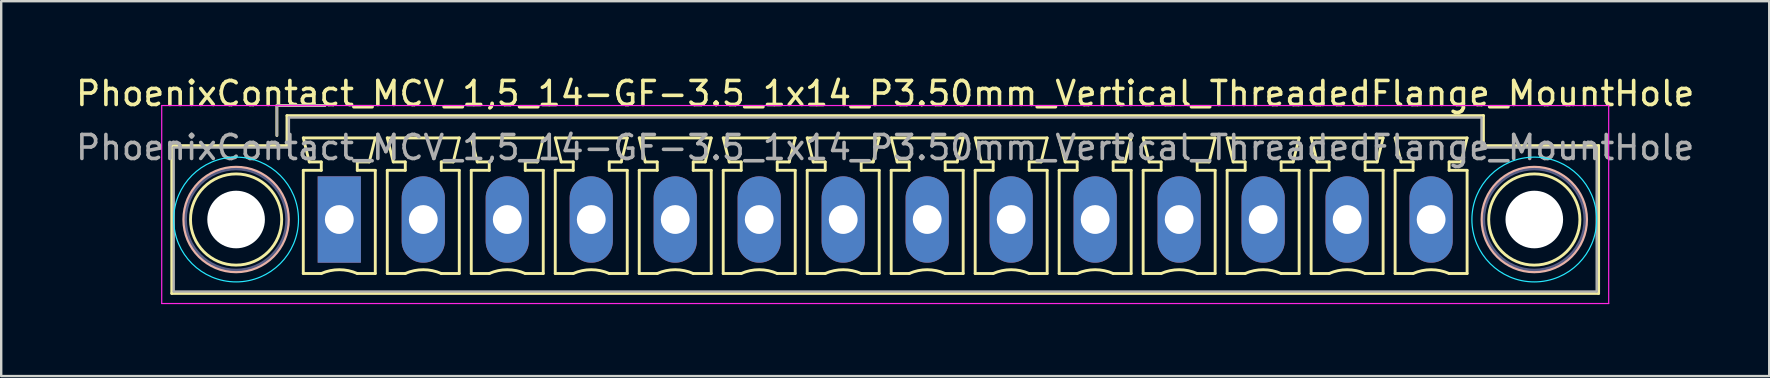
<source format=kicad_pcb>
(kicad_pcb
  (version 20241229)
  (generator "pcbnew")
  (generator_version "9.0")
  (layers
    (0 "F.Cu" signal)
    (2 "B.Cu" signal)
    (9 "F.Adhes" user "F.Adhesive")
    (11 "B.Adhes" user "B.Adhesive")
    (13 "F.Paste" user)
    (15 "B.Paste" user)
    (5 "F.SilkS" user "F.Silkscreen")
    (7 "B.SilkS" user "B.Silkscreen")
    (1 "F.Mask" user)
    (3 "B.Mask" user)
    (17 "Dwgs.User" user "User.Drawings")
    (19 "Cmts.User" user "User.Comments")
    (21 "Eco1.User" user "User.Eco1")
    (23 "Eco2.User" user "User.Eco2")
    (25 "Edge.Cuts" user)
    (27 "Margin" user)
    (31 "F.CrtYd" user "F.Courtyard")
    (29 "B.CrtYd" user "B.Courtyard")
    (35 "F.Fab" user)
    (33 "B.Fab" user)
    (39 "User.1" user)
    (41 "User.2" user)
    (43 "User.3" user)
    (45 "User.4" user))
  (footprint "PhoenixContact_MCV_1,5_14-GF-3.5_1x14_P3.50mm_Vertical_ThreadedFlange_MountHole"
    (layer "F.Cu")
    (at 11.089 6.098)
    (property "Reference" "PhoenixContact_MCV_1,5_14-GF-3.5_1x14_P3.50mm_Vertical_ThreadedFlange_MountHole" (at 22.75 -5.25 0) (layer "F.SilkS") (effects (font (size 1 1) (thickness 0.15))))
    (attr through_hole)
    (fp_line (start -6.98 -3.08) (end -6.98 3.08) (stroke (width 0.12) (type solid)) (layer "F.SilkS"))
    (fp_line (start -6.98 3.08) (end 52.48 3.08) (stroke (width 0.12) (type solid)) (layer "F.SilkS"))
    (fp_line (start -2.6 -4.75) (end -0.6 -4.75) (stroke (width 0.12) (type solid)) (layer "F.SilkS"))
    (fp_line (start -2.6 -3.5) (end -2.6 -4.75) (stroke (width 0.12) (type solid)) (layer "F.SilkS"))
    (fp_line (start -2.18 -4.33) (end -2.18 -3.08) (stroke (width 0.12) (type solid)) (layer "F.SilkS"))
    (fp_line (start -2.18 -3.08) (end -6.98 -3.08) (stroke (width 0.12) (type solid)) (layer "F.SilkS"))
    (fp_line (start -1.5 -3.4) (end 1.5 -3.4) (stroke (width 0.12) (type solid)) (layer "F.SilkS"))
    (fp_line (start -1.5 -2.05) (end -0.75 -2.05) (stroke (width 0.12) (type solid)) (layer "F.SilkS"))
    (fp_line (start -1.5 2.25) (end -1.5 -2.05) (stroke (width 0.12) (type solid)) (layer "F.SilkS"))
    (fp_line (start -1.25 -2.4) (end -1.5 -3.4) (stroke (width 0.12) (type solid)) (layer "F.SilkS"))
    (fp_line (start -0.75 -2.4) (end -1.25 -2.4) (stroke (width 0.12) (type solid)) (layer "F.SilkS"))
    (fp_line (start -0.75 -2.05) (end -0.75 -2.4) (stroke (width 0.12) (type solid)) (layer "F.SilkS"))
    (fp_line (start -0.75 2.25) (end -1.5 2.25) (stroke (width 0.12) (type solid)) (layer "F.SilkS"))
    (fp_line (start 0.75 -2.4) (end 0.75 -2.05) (stroke (width 0.12) (type solid)) (layer "F.SilkS"))
    (fp_line (start 0.75 -2.05) (end 1.5 -2.05) (stroke (width 0.12) (type solid)) (layer "F.SilkS"))
    (fp_line (start 1.25 -2.4) (end 0.75 -2.4) (stroke (width 0.12) (type solid)) (layer "F.SilkS"))
    (fp_line (start 1.5 -3.4) (end 1.25 -2.4) (stroke (width 0.12) (type solid)) (layer "F.SilkS"))
    (fp_line (start 1.5 -2.05) (end 1.5 2.25) (stroke (width 0.12) (type solid)) (layer "F.SilkS"))
    (fp_line (start 1.5 2.25) (end 0.75 2.25) (stroke (width 0.12) (type solid)) (layer "F.SilkS"))
    (fp_line (start 2 -3.4) (end 5 -3.4) (stroke (width 0.12) (type solid)) (layer "F.SilkS"))
    (fp_line (start 2 -2.05) (end 2.75 -2.05) (stroke (width 0.12) (type solid)) (layer "F.SilkS"))
    (fp_line (start 2 2.25) (end 2 -2.05) (stroke (width 0.12) (type solid)) (layer "F.SilkS"))
    (fp_line (start 2.25 -2.4) (end 2 -3.4) (stroke (width 0.12) (type solid)) (layer "F.SilkS"))
    (fp_line (start 2.75 -2.4) (end 2.25 -2.4) (stroke (width 0.12) (type solid)) (layer "F.SilkS"))
    (fp_line (start 2.75 -2.05) (end 2.75 -2.4) (stroke (width 0.12) (type solid)) (layer "F.SilkS"))
    (fp_line (start 2.75 2.25) (end 2 2.25) (stroke (width 0.12) (type solid)) (layer "F.SilkS"))
    (fp_line (start 4.25 -2.4) (end 4.25 -2.05) (stroke (width 0.12) (type solid)) (layer "F.SilkS"))
    (fp_line (start 4.25 -2.05) (end 5 -2.05) (stroke (width 0.12) (type solid)) (layer "F.SilkS"))
    (fp_line (start 4.75 -2.4) (end 4.25 -2.4) (stroke (width 0.12) (type solid)) (layer "F.SilkS"))
    (fp_line (start 5 -3.4) (end 4.75 -2.4) (stroke (width 0.12) (type solid)) (layer "F.SilkS"))
    (fp_line (start 5 -2.05) (end 5 2.25) (stroke (width 0.12) (type solid)) (layer "F.SilkS"))
    (fp_line (start 5 2.25) (end 4.25 2.25) (stroke (width 0.12) (type solid)) (layer "F.SilkS"))
    (fp_line (start 5.5 -3.4) (end 8.5 -3.4) (stroke (width 0.12) (type solid)) (layer "F.SilkS"))
    (fp_line (start 5.5 -2.05) (end 6.25 -2.05) (stroke (width 0.12) (type solid)) (layer "F.SilkS"))
    (fp_line (start 5.5 2.25) (end 5.5 -2.05) (stroke (width 0.12) (type solid)) (layer "F.SilkS"))
    (fp_line (start 5.75 -2.4) (end 5.5 -3.4) (stroke (width 0.12) (type solid)) (layer "F.SilkS"))
    (fp_line (start 6.25 -2.4) (end 5.75 -2.4) (stroke (width 0.12) (type solid)) (layer "F.SilkS"))
    (fp_line (start 6.25 -2.05) (end 6.25 -2.4) (stroke (width 0.12) (type solid)) (layer "F.SilkS"))
    (fp_line (start 6.25 2.25) (end 5.5 2.25) (stroke (width 0.12) (type solid)) (layer "F.SilkS"))
    (fp_line (start 7.75 -2.4) (end 7.75 -2.05) (stroke (width 0.12) (type solid)) (layer "F.SilkS"))
    (fp_line (start 7.75 -2.05) (end 8.5 -2.05) (stroke (width 0.12) (type solid)) (layer "F.SilkS"))
    (fp_line (start 8.25 -2.4) (end 7.75 -2.4) (stroke (width 0.12) (type solid)) (layer "F.SilkS"))
    (fp_line (start 8.5 -3.4) (end 8.25 -2.4) (stroke (width 0.12) (type solid)) (layer "F.SilkS"))
    (fp_line (start 8.5 -2.05) (end 8.5 2.25) (stroke (width 0.12) (type solid)) (layer "F.SilkS"))
    (fp_line (start 8.5 2.25) (end 7.75 2.25) (stroke (width 0.12) (type solid)) (layer "F.SilkS"))
    (fp_line (start 9 -3.4) (end 12 -3.4) (stroke (width 0.12) (type solid)) (layer "F.SilkS"))
    (fp_line (start 9 -2.05) (end 9.75 -2.05) (stroke (width 0.12) (type solid)) (layer "F.SilkS"))
    (fp_line (start 9 2.25) (end 9 -2.05) (stroke (width 0.12) (type solid)) (layer "F.SilkS"))
    (fp_line (start 9.25 -2.4) (end 9 -3.4) (stroke (width 0.12) (type solid)) (layer "F.SilkS"))
    (fp_line (start 9.75 -2.4) (end 9.25 -2.4) (stroke (width 0.12) (type solid)) (layer "F.SilkS"))
    (fp_line (start 9.75 -2.05) (end 9.75 -2.4) (stroke (width 0.12) (type solid)) (layer "F.SilkS"))
    (fp_line (start 9.75 2.25) (end 9 2.25) (stroke (width 0.12) (type solid)) (layer "F.SilkS"))
    (fp_line (start 11.25 -2.4) (end 11.25 -2.05) (stroke (width 0.12) (type solid)) (layer "F.SilkS"))
    (fp_line (start 11.25 -2.05) (end 12 -2.05) (stroke (width 0.12) (type solid)) (layer "F.SilkS"))
    (fp_line (start 11.75 -2.4) (end 11.25 -2.4) (stroke (width 0.12) (type solid)) (layer "F.SilkS"))
    (fp_line (start 12 -3.4) (end 11.75 -2.4) (stroke (width 0.12) (type solid)) (layer "F.SilkS"))
    (fp_line (start 12 -2.05) (end 12 2.25) (stroke (width 0.12) (type solid)) (layer "F.SilkS"))
    (fp_line (start 12 2.25) (end 11.25 2.25) (stroke (width 0.12) (type solid)) (layer "F.SilkS"))
    (fp_line (start 12.5 -3.4) (end 15.5 -3.4) (stroke (width 0.12) (type solid)) (layer "F.SilkS"))
    (fp_line (start 12.5 -2.05) (end 13.25 -2.05) (stroke (width 0.12) (type solid)) (layer "F.SilkS"))
    (fp_line (start 12.5 2.25) (end 12.5 -2.05) (stroke (width 0.12) (type solid)) (layer "F.SilkS"))
    (fp_line (start 12.75 -2.4) (end 12.5 -3.4) (stroke (width 0.12) (type solid)) (layer "F.SilkS"))
    (fp_line (start 13.25 -2.4) (end 12.75 -2.4) (stroke (width 0.12) (type solid)) (layer "F.SilkS"))
    (fp_line (start 13.25 -2.05) (end 13.25 -2.4) (stroke (width 0.12) (type solid)) (layer "F.SilkS"))
    (fp_line (start 13.25 2.25) (end 12.5 2.25) (stroke (width 0.12) (type solid)) (layer "F.SilkS"))
    (fp_line (start 14.75 -2.4) (end 14.75 -2.05) (stroke (width 0.12) (type solid)) (layer "F.SilkS"))
    (fp_line (start 14.75 -2.05) (end 15.5 -2.05) (stroke (width 0.12) (type solid)) (layer "F.SilkS"))
    (fp_line (start 15.25 -2.4) (end 14.75 -2.4) (stroke (width 0.12) (type solid)) (layer "F.SilkS"))
    (fp_line (start 15.5 -3.4) (end 15.25 -2.4) (stroke (width 0.12) (type solid)) (layer "F.SilkS"))
    (fp_line (start 15.5 -2.05) (end 15.5 2.25) (stroke (width 0.12) (type solid)) (layer "F.SilkS"))
    (fp_line (start 15.5 2.25) (end 14.75 2.25) (stroke (width 0.12) (type solid)) (layer "F.SilkS"))
    (fp_line (start 16 -3.4) (end 19 -3.4) (stroke (width 0.12) (type solid)) (layer "F.SilkS"))
    (fp_line (start 16 -2.05) (end 16.75 -2.05) (stroke (width 0.12) (type solid)) (layer "F.SilkS"))
    (fp_line (start 16 2.25) (end 16 -2.05) (stroke (width 0.12) (type solid)) (layer "F.SilkS"))
    (fp_line (start 16.25 -2.4) (end 16 -3.4) (stroke (width 0.12) (type solid)) (layer "F.SilkS"))
    (fp_line (start 16.75 -2.4) (end 16.25 -2.4) (stroke (width 0.12) (type solid)) (layer "F.SilkS"))
    (fp_line (start 16.75 -2.05) (end 16.75 -2.4) (stroke (width 0.12) (type solid)) (layer "F.SilkS"))
    (fp_line (start 16.75 2.25) (end 16 2.25) (stroke (width 0.12) (type solid)) (layer "F.SilkS"))
    (fp_line (start 18.25 -2.4) (end 18.25 -2.05) (stroke (width 0.12) (type solid)) (layer "F.SilkS"))
    (fp_line (start 18.25 -2.05) (end 19 -2.05) (stroke (width 0.12) (type solid)) (layer "F.SilkS"))
    (fp_line (start 18.75 -2.4) (end 18.25 -2.4) (stroke (width 0.12) (type solid)) (layer "F.SilkS"))
    (fp_line (start 19 -3.4) (end 18.75 -2.4) (stroke (width 0.12) (type solid)) (layer "F.SilkS"))
    (fp_line (start 19 -2.05) (end 19 2.25) (stroke (width 0.12) (type solid)) (layer "F.SilkS"))
    (fp_line (start 19 2.25) (end 18.25 2.25) (stroke (width 0.12) (type solid)) (layer "F.SilkS"))
    (fp_line (start 19.5 -3.4) (end 22.5 -3.4) (stroke (width 0.12) (type solid)) (layer "F.SilkS"))
    (fp_line (start 19.5 -2.05) (end 20.25 -2.05) (stroke (width 0.12) (type solid)) (layer "F.SilkS"))
    (fp_line (start 19.5 2.25) (end 19.5 -2.05) (stroke (width 0.12) (type solid)) (layer "F.SilkS"))
    (fp_line (start 19.75 -2.4) (end 19.5 -3.4) (stroke (width 0.12) (type solid)) (layer "F.SilkS"))
    (fp_line (start 20.25 -2.4) (end 19.75 -2.4) (stroke (width 0.12) (type solid)) (layer "F.SilkS"))
    (fp_line (start 20.25 -2.05) (end 20.25 -2.4) (stroke (width 0.12) (type solid)) (layer "F.SilkS"))
    (fp_line (start 20.25 2.25) (end 19.5 2.25) (stroke (width 0.12) (type solid)) (layer "F.SilkS"))
    (fp_line (start 21.75 -2.4) (end 21.75 -2.05) (stroke (width 0.12) (type solid)) (layer "F.SilkS"))
    (fp_line (start 21.75 -2.05) (end 22.5 -2.05) (stroke (width 0.12) (type solid)) (layer "F.SilkS"))
    (fp_line (start 22.25 -2.4) (end 21.75 -2.4) (stroke (width 0.12) (type solid)) (layer "F.SilkS"))
    (fp_line (start 22.5 -3.4) (end 22.25 -2.4) (stroke (width 0.12) (type solid)) (layer "F.SilkS"))
    (fp_line (start 22.5 -2.05) (end 22.5 2.25) (stroke (width 0.12) (type solid)) (layer "F.SilkS"))
    (fp_line (start 22.5 2.25) (end 21.75 2.25) (stroke (width 0.12) (type solid)) (layer "F.SilkS"))
    (fp_line (start 23 -3.4) (end 26 -3.4) (stroke (width 0.12) (type solid)) (layer "F.SilkS"))
    (fp_line (start 23 -2.05) (end 23.75 -2.05) (stroke (width 0.12) (type solid)) (layer "F.SilkS"))
    (fp_line (start 23 2.25) (end 23 -2.05) (stroke (width 0.12) (type solid)) (layer "F.SilkS"))
    (fp_line (start 23.25 -2.4) (end 23 -3.4) (stroke (width 0.12) (type solid)) (layer "F.SilkS"))
    (fp_line (start 23.75 -2.4) (end 23.25 -2.4) (stroke (width 0.12) (type solid)) (layer "F.SilkS"))
    (fp_line (start 23.75 -2.05) (end 23.75 -2.4) (stroke (width 0.12) (type solid)) (layer "F.SilkS"))
    (fp_line (start 23.75 2.25) (end 23 2.25) (stroke (width 0.12) (type solid)) (layer "F.SilkS"))
    (fp_line (start 25.25 -2.4) (end 25.25 -2.05) (stroke (width 0.12) (type solid)) (layer "F.SilkS"))
    (fp_line (start 25.25 -2.05) (end 26 -2.05) (stroke (width 0.12) (type solid)) (layer "F.SilkS"))
    (fp_line (start 25.75 -2.4) (end 25.25 -2.4) (stroke (width 0.12) (type solid)) (layer "F.SilkS"))
    (fp_line (start 26 -3.4) (end 25.75 -2.4) (stroke (width 0.12) (type solid)) (layer "F.SilkS"))
    (fp_line (start 26 -2.05) (end 26 2.25) (stroke (width 0.12) (type solid)) (layer "F.SilkS"))
    (fp_line (start 26 2.25) (end 25.25 2.25) (stroke (width 0.12) (type solid)) (layer "F.SilkS"))
    (fp_line (start 26.5 -3.4) (end 29.5 -3.4) (stroke (width 0.12) (type solid)) (layer "F.SilkS"))
    (fp_line (start 26.5 -2.05) (end 27.25 -2.05) (stroke (width 0.12) (type solid)) (layer "F.SilkS"))
    (fp_line (start 26.5 2.25) (end 26.5 -2.05) (stroke (width 0.12) (type solid)) (layer "F.SilkS"))
    (fp_line (start 26.75 -2.4) (end 26.5 -3.4) (stroke (width 0.12) (type solid)) (layer "F.SilkS"))
    (fp_line (start 27.25 -2.4) (end 26.75 -2.4) (stroke (width 0.12) (type solid)) (layer "F.SilkS"))
    (fp_line (start 27.25 -2.05) (end 27.25 -2.4) (stroke (width 0.12) (type solid)) (layer "F.SilkS"))
    (fp_line (start 27.25 2.25) (end 26.5 2.25) (stroke (width 0.12) (type solid)) (layer "F.SilkS"))
    (fp_line (start 28.75 -2.4) (end 28.75 -2.05) (stroke (width 0.12) (type solid)) (layer "F.SilkS"))
    (fp_line (start 28.75 -2.05) (end 29.5 -2.05) (stroke (width 0.12) (type solid)) (layer "F.SilkS"))
    (fp_line (start 29.25 -2.4) (end 28.75 -2.4) (stroke (width 0.12) (type solid)) (layer "F.SilkS"))
    (fp_line (start 29.5 -3.4) (end 29.25 -2.4) (stroke (width 0.12) (type solid)) (layer "F.SilkS"))
    (fp_line (start 29.5 -2.05) (end 29.5 2.25) (stroke (width 0.12) (type solid)) (layer "F.SilkS"))
    (fp_line (start 29.5 2.25) (end 28.75 2.25) (stroke (width 0.12) (type solid)) (layer "F.SilkS"))
    (fp_line (start 30 -3.4) (end 33 -3.4) (stroke (width 0.12) (type solid)) (layer "F.SilkS"))
    (fp_line (start 30 -2.05) (end 30.75 -2.05) (stroke (width 0.12) (type solid)) (layer "F.SilkS"))
    (fp_line (start 30 2.25) (end 30 -2.05) (stroke (width 0.12) (type solid)) (layer "F.SilkS"))
    (fp_line (start 30.25 -2.4) (end 30 -3.4) (stroke (width 0.12) (type solid)) (layer "F.SilkS"))
    (fp_line (start 30.75 -2.4) (end 30.25 -2.4) (stroke (width 0.12) (type solid)) (layer "F.SilkS"))
    (fp_line (start 30.75 -2.05) (end 30.75 -2.4) (stroke (width 0.12) (type solid)) (layer "F.SilkS"))
    (fp_line (start 30.75 2.25) (end 30 2.25) (stroke (width 0.12) (type solid)) (layer "F.SilkS"))
    (fp_line (start 32.25 -2.4) (end 32.25 -2.05) (stroke (width 0.12) (type solid)) (layer "F.SilkS"))
    (fp_line (start 32.25 -2.05) (end 33 -2.05) (stroke (width 0.12) (type solid)) (layer "F.SilkS"))
    (fp_line (start 32.75 -2.4) (end 32.25 -2.4) (stroke (width 0.12) (type solid)) (layer "F.SilkS"))
    (fp_line (start 33 -3.4) (end 32.75 -2.4) (stroke (width 0.12) (type solid)) (layer "F.SilkS"))
    (fp_line (start 33 -2.05) (end 33 2.25) (stroke (width 0.12) (type solid)) (layer "F.SilkS"))
    (fp_line (start 33 2.25) (end 32.25 2.25) (stroke (width 0.12) (type solid)) (layer "F.SilkS"))
    (fp_line (start 33.5 -3.4) (end 36.5 -3.4) (stroke (width 0.12) (type solid)) (layer "F.SilkS"))
    (fp_line (start 33.5 -2.05) (end 34.25 -2.05) (stroke (width 0.12) (type solid)) (layer "F.SilkS"))
    (fp_line (start 33.5 2.25) (end 33.5 -2.05) (stroke (width 0.12) (type solid)) (layer "F.SilkS"))
    (fp_line (start 33.75 -2.4) (end 33.5 -3.4) (stroke (width 0.12) (type solid)) (layer "F.SilkS"))
    (fp_line (start 34.25 -2.4) (end 33.75 -2.4) (stroke (width 0.12) (type solid)) (layer "F.SilkS"))
    (fp_line (start 34.25 -2.05) (end 34.25 -2.4) (stroke (width 0.12) (type solid)) (layer "F.SilkS"))
    (fp_line (start 34.25 2.25) (end 33.5 2.25) (stroke (width 0.12) (type solid)) (layer "F.SilkS"))
    (fp_line (start 35.75 -2.4) (end 35.75 -2.05) (stroke (width 0.12) (type solid)) (layer "F.SilkS"))
    (fp_line (start 35.75 -2.05) (end 36.5 -2.05) (stroke (width 0.12) (type solid)) (layer "F.SilkS"))
    (fp_line (start 36.25 -2.4) (end 35.75 -2.4) (stroke (width 0.12) (type solid)) (layer "F.SilkS"))
    (fp_line (start 36.5 -3.4) (end 36.25 -2.4) (stroke (width 0.12) (type solid)) (layer "F.SilkS"))
    (fp_line (start 36.5 -2.05) (end 36.5 2.25) (stroke (width 0.12) (type solid)) (layer "F.SilkS"))
    (fp_line (start 36.5 2.25) (end 35.75 2.25) (stroke (width 0.12) (type solid)) (layer "F.SilkS"))
    (fp_line (start 37 -3.4) (end 40 -3.4) (stroke (width 0.12) (type solid)) (layer "F.SilkS"))
    (fp_line (start 37 -2.05) (end 37.75 -2.05) (stroke (width 0.12) (type solid)) (layer "F.SilkS"))
    (fp_line (start 37 2.25) (end 37 -2.05) (stroke (width 0.12) (type solid)) (layer "F.SilkS"))
    (fp_line (start 37.25 -2.4) (end 37 -3.4) (stroke (width 0.12) (type solid)) (layer "F.SilkS"))
    (fp_line (start 37.75 -2.4) (end 37.25 -2.4) (stroke (width 0.12) (type solid)) (layer "F.SilkS"))
    (fp_line (start 37.75 -2.05) (end 37.75 -2.4) (stroke (width 0.12) (type solid)) (layer "F.SilkS"))
    (fp_line (start 37.75 2.25) (end 37 2.25) (stroke (width 0.12) (type solid)) (layer "F.SilkS"))
    (fp_line (start 39.25 -2.4) (end 39.25 -2.05) (stroke (width 0.12) (type solid)) (layer "F.SilkS"))
    (fp_line (start 39.25 -2.05) (end 40 -2.05) (stroke (width 0.12) (type solid)) (layer "F.SilkS"))
    (fp_line (start 39.75 -2.4) (end 39.25 -2.4) (stroke (width 0.12) (type solid)) (layer "F.SilkS"))
    (fp_line (start 40 -3.4) (end 39.75 -2.4) (stroke (width 0.12) (type solid)) (layer "F.SilkS"))
    (fp_line (start 40 -2.05) (end 40 2.25) (stroke (width 0.12) (type solid)) (layer "F.SilkS"))
    (fp_line (start 40 2.25) (end 39.25 2.25) (stroke (width 0.12) (type solid)) (layer "F.SilkS"))
    (fp_line (start 40.5 -3.4) (end 43.5 -3.4) (stroke (width 0.12) (type solid)) (layer "F.SilkS"))
    (fp_line (start 40.5 -2.05) (end 41.25 -2.05) (stroke (width 0.12) (type solid)) (layer "F.SilkS"))
    (fp_line (start 40.5 2.25) (end 40.5 -2.05) (stroke (width 0.12) (type solid)) (layer "F.SilkS"))
    (fp_line (start 40.75 -2.4) (end 40.5 -3.4) (stroke (width 0.12) (type solid)) (layer "F.SilkS"))
    (fp_line (start 41.25 -2.4) (end 40.75 -2.4) (stroke (width 0.12) (type solid)) (layer "F.SilkS"))
    (fp_line (start 41.25 -2.05) (end 41.25 -2.4) (stroke (width 0.12) (type solid)) (layer "F.SilkS"))
    (fp_line (start 41.25 2.25) (end 40.5 2.25) (stroke (width 0.12) (type solid)) (layer "F.SilkS"))
    (fp_line (start 42.75 -2.4) (end 42.75 -2.05) (stroke (width 0.12) (type solid)) (layer "F.SilkS"))
    (fp_line (start 42.75 -2.05) (end 43.5 -2.05) (stroke (width 0.12) (type solid)) (layer "F.SilkS"))
    (fp_line (start 43.25 -2.4) (end 42.75 -2.4) (stroke (width 0.12) (type solid)) (layer "F.SilkS"))
    (fp_line (start 43.5 -3.4) (end 43.25 -2.4) (stroke (width 0.12) (type solid)) (layer "F.SilkS"))
    (fp_line (start 43.5 -2.05) (end 43.5 2.25) (stroke (width 0.12) (type solid)) (layer "F.SilkS"))
    (fp_line (start 43.5 2.25) (end 42.75 2.25) (stroke (width 0.12) (type solid)) (layer "F.SilkS"))
    (fp_line (start 44 -3.4) (end 47 -3.4) (stroke (width 0.12) (type solid)) (layer "F.SilkS"))
    (fp_line (start 44 -2.05) (end 44.75 -2.05) (stroke (width 0.12) (type solid)) (layer "F.SilkS"))
    (fp_line (start 44 2.25) (end 44 -2.05) (stroke (width 0.12) (type solid)) (layer "F.SilkS"))
    (fp_line (start 44.25 -2.4) (end 44 -3.4) (stroke (width 0.12) (type solid)) (layer "F.SilkS"))
    (fp_line (start 44.75 -2.4) (end 44.25 -2.4) (stroke (width 0.12) (type solid)) (layer "F.SilkS"))
    (fp_line (start 44.75 -2.05) (end 44.75 -2.4) (stroke (width 0.12) (type solid)) (layer "F.SilkS"))
    (fp_line (start 44.75 2.25) (end 44 2.25) (stroke (width 0.12) (type solid)) (layer "F.SilkS"))
    (fp_line (start 46.25 -2.4) (end 46.25 -2.05) (stroke (width 0.12) (type solid)) (layer "F.SilkS"))
    (fp_line (start 46.25 -2.05) (end 47 -2.05) (stroke (width 0.12) (type solid)) (layer "F.SilkS"))
    (fp_line (start 46.75 -2.4) (end 46.25 -2.4) (stroke (width 0.12) (type solid)) (layer "F.SilkS"))
    (fp_line (start 47 -3.4) (end 46.75 -2.4) (stroke (width 0.12) (type solid)) (layer "F.SilkS"))
    (fp_line (start 47 -2.05) (end 47 2.25) (stroke (width 0.12) (type solid)) (layer "F.SilkS"))
    (fp_line (start 47 2.25) (end 46.25 2.25) (stroke (width 0.12) (type solid)) (layer "F.SilkS"))
    (fp_line (start 47.68 -4.33) (end -2.18 -4.33) (stroke (width 0.12) (type solid)) (layer "F.SilkS"))
    (fp_line (start 47.68 -3.08) (end 47.68 -4.33) (stroke (width 0.12) (type solid)) (layer "F.SilkS"))
    (fp_line (start 52.48 -3.08) (end 47.68 -3.08) (stroke (width 0.12) (type solid)) (layer "F.SilkS"))
    (fp_line (start 52.48 3.08) (end 52.48 -3.08) (stroke (width 0.12) (type solid)) (layer "F.SilkS"))
    (fp_arc (start -0.75 2.25) (mid -0.000193 2.09191) (end 0.749647 2.249844) (stroke (width 0.12) (type solid)) (layer "F.SilkS"))
    (fp_arc (start 2.75 2.25) (mid 3.499807 2.09191) (end 4.249647 2.249844) (stroke (width 0.12) (type solid)) (layer "F.SilkS"))
    (fp_arc (start 6.25 2.25) (mid 6.999807 2.09191) (end 7.749647 2.249844) (stroke (width 0.12) (type solid)) (layer "F.SilkS"))
    (fp_arc (start 9.75 2.25) (mid 10.499807 2.09191) (end 11.249647 2.249844) (stroke (width 0.12) (type solid)) (layer "F.SilkS"))
    (fp_arc (start 13.25 2.25) (mid 13.999807 2.09191) (end 14.749647 2.249844) (stroke (width 0.12) (type solid)) (layer "F.SilkS"))
    (fp_arc (start 16.75 2.25) (mid 17.499807 2.09191) (end 18.249647 2.249844) (stroke (width 0.12) (type solid)) (layer "F.SilkS"))
    (fp_arc (start 20.25 2.25) (mid 20.999807 2.09191) (end 21.749647 2.249844) (stroke (width 0.12) (type solid)) (layer "F.SilkS"))
    (fp_arc (start 23.75 2.25) (mid 24.499807 2.09191) (end 25.249647 2.249844) (stroke (width 0.12) (type solid)) (layer "F.SilkS"))
    (fp_arc (start 27.25 2.25) (mid 27.999807 2.09191) (end 28.749647 2.249844) (stroke (width 0.12) (type solid)) (layer "F.SilkS"))
    (fp_arc (start 30.75 2.25) (mid 31.499807 2.09191) (end 32.249647 2.249844) (stroke (width 0.12) (type solid)) (layer "F.SilkS"))
    (fp_arc (start 34.25 2.25) (mid 34.999807 2.09191) (end 35.749647 2.249844) (stroke (width 0.12) (type solid)) (layer "F.SilkS"))
    (fp_arc (start 37.75 2.25) (mid 38.499807 2.09191) (end 39.249647 2.249844) (stroke (width 0.12) (type solid)) (layer "F.SilkS"))
    (fp_arc (start 41.25 2.25) (mid 41.999807 2.09191) (end 42.749647 2.249844) (stroke (width 0.12) (type solid)) (layer "F.SilkS"))
    (fp_arc (start 44.75 2.25) (mid 45.499807 2.09191) (end 46.249647 2.249844) (stroke (width 0.12) (type solid)) (layer "F.SilkS"))
    (fp_circle (center -4.3 0) (end -2.4 0) (stroke (width 0.12) (type solid)) (fill no) (layer "F.SilkS"))
    (fp_circle (center 49.8 0) (end 51.7 0) (stroke (width 0.12) (type solid)) (fill no) (layer "F.SilkS"))
    (fp_circle (center -4.3 0) (end -2.12 0) (stroke (width 0.12) (type solid)) (fill no) (layer "B.SilkS"))
    (fp_circle (center 49.8 0) (end 51.98 0) (stroke (width 0.12) (type solid)) (fill no) (layer "B.SilkS"))
    (fp_circle (center -4.3 0) (end -1.7 0) (stroke (width 0.05) (type solid)) (fill no) (layer "B.CrtYd"))
    (fp_circle (center 49.8 0) (end 52.4 0) (stroke (width 0.05) (type solid)) (fill no) (layer "B.CrtYd"))
    (fp_line (start -7.4 -4.75) (end -7.4 3.5) (stroke (width 0.05) (type solid)) (layer "F.CrtYd"))
    (fp_line (start -7.4 3.5) (end 52.9 3.5) (stroke (width 0.05) (type solid)) (layer "F.CrtYd"))
    (fp_line (start 52.9 -4.75) (end -7.4 -4.75) (stroke (width 0.05) (type solid)) (layer "F.CrtYd"))
    (fp_line (start 52.9 3.5) (end 52.9 -4.75) (stroke (width 0.05) (type solid)) (layer "F.CrtYd"))
    (fp_circle (center -4.3 0) (end -2.2 0) (stroke (width 0.1) (type solid)) (fill no) (layer "B.Fab"))
    (fp_circle (center 49.8 0) (end 51.9 0) (stroke (width 0.1) (type solid)) (fill no) (layer "B.Fab"))
    (fp_line (start -6.9 -3) (end -6.9 3) (stroke (width 0.1) (type solid)) (layer "F.Fab"))
    (fp_line (start -6.9 3) (end 52.4 3) (stroke (width 0.1) (type solid)) (layer "F.Fab"))
    (fp_line (start -2.6 -4.75) (end -0.6 -4.75) (stroke (width 0.1) (type solid)) (layer "F.Fab"))
    (fp_line (start -2.6 -3.5) (end -2.6 -4.75) (stroke (width 0.1) (type solid)) (layer "F.Fab"))
    (fp_line (start -2.1 -4.25) (end -2.1 -3) (stroke (width 0.1) (type solid)) (layer "F.Fab"))
    (fp_line (start -2.1 -3) (end -6.9 -3) (stroke (width 0.1) (type solid)) (layer "F.Fab"))
    (fp_line (start 47.6 -4.25) (end -2.1 -4.25) (stroke (width 0.1) (type solid)) (layer "F.Fab"))
    (fp_line (start 47.6 -3) (end 47.6 -4.25) (stroke (width 0.1) (type solid)) (layer "F.Fab"))
    (fp_line (start 52.4 -3) (end 47.6 -3) (stroke (width 0.1) (type solid)) (layer "F.Fab"))
    (fp_line (start 52.4 3) (end 52.4 -3) (stroke (width 0.1) (type solid)) (layer "F.Fab"))
    (fp_text user "${REFERENCE}" (at 22.75 -3 0) (layer "F.Fab") (effects (font (size 1 1) (thickness 0.15))))
    (pad "" np_thru_hole circle (at -4.3 0) (size 2.4 2.4) (drill 2.4) (layers "*.Cu" "*.Mask"))
    (pad "" np_thru_hole circle (at 49.8 0) (size 2.4 2.4) (drill 2.4) (layers "*.Cu" "*.Mask"))
    (pad "1" thru_hole rect (at 0 0) (size 1.8 3.6) (drill 1.2) (layers "*.Cu" "*.Mask"))
    (pad "2" thru_hole oval (at 3.5 0) (size 1.8 3.6) (drill 1.2) (layers "*.Cu" "*.Mask"))
    (pad "3" thru_hole oval (at 7 0) (size 1.8 3.6) (drill 1.2) (layers "*.Cu" "*.Mask"))
    (pad "4" thru_hole oval (at 10.5 0) (size 1.8 3.6) (drill 1.2) (layers "*.Cu" "*.Mask"))
    (pad "5" thru_hole oval (at 14 0) (size 1.8 3.6) (drill 1.2) (layers "*.Cu" "*.Mask"))
    (pad "6" thru_hole oval (at 17.5 0) (size 1.8 3.6) (drill 1.2) (layers "*.Cu" "*.Mask"))
    (pad "7" thru_hole oval (at 21 0) (size 1.8 3.6) (drill 1.2) (layers "*.Cu" "*.Mask"))
    (pad "8" thru_hole oval (at 24.5 0) (size 1.8 3.6) (drill 1.2) (layers "*.Cu" "*.Mask"))
    (pad "9" thru_hole oval (at 28 0) (size 1.8 3.6) (drill 1.2) (layers "*.Cu" "*.Mask"))
    (pad "10" thru_hole oval (at 31.5 0) (size 1.8 3.6) (drill 1.2) (layers "*.Cu" "*.Mask"))
    (pad "11" thru_hole oval (at 35 0) (size 1.8 3.6) (drill 1.2) (layers "*.Cu" "*.Mask"))
    (pad "12" thru_hole oval (at 38.5 0) (size 1.8 3.6) (drill 1.2) (layers "*.Cu" "*.Mask"))
    (pad "13" thru_hole oval (at 42 0) (size 1.8 3.6) (drill 1.2) (layers "*.Cu" "*.Mask"))
    (pad "14" thru_hole oval (at 45.5 0) (size 1.8 3.6) (drill 1.2) (layers "*.Cu" "*.Mask")))
  (gr_rect
    (start -3 -3)
    (end 70.679 12.623)
    (stroke (width 0.1) (type default))
    (fill no)
    (layer "Edge.Cuts")))
</source>
